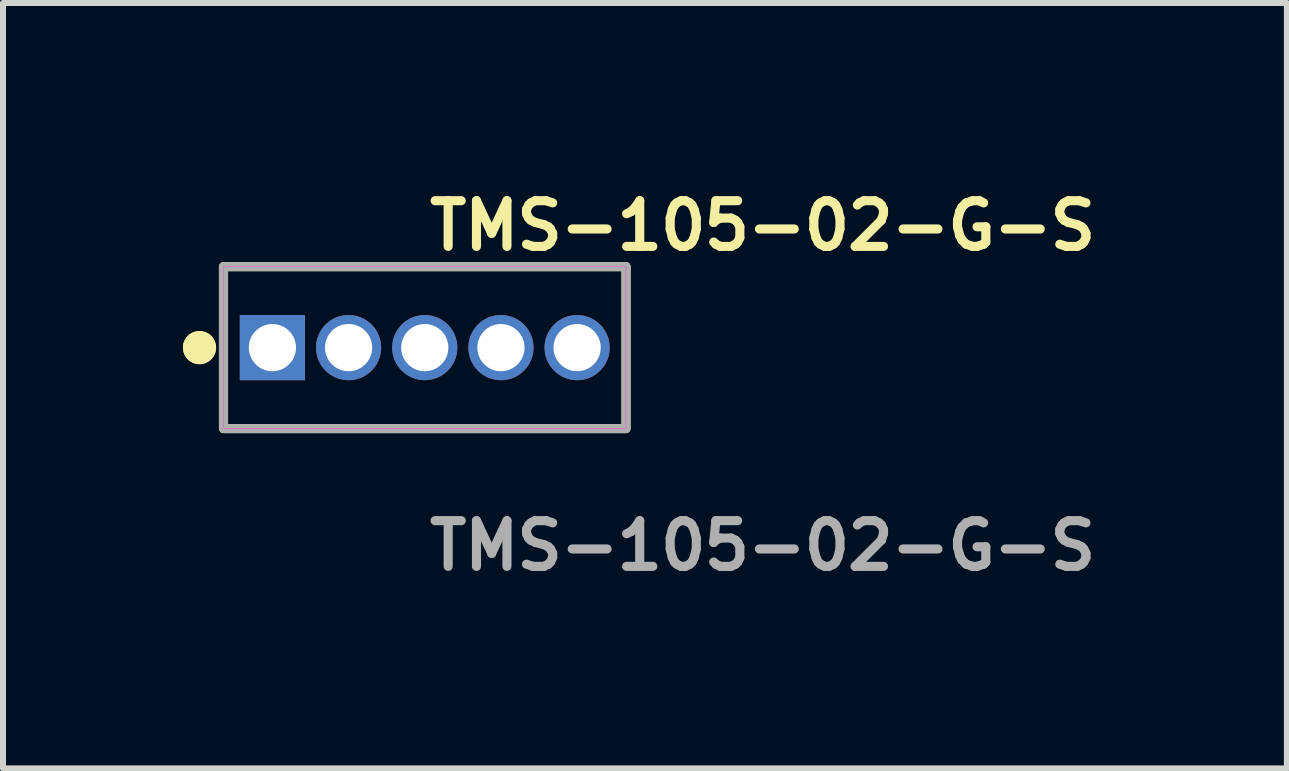
<source format=kicad_pcb>
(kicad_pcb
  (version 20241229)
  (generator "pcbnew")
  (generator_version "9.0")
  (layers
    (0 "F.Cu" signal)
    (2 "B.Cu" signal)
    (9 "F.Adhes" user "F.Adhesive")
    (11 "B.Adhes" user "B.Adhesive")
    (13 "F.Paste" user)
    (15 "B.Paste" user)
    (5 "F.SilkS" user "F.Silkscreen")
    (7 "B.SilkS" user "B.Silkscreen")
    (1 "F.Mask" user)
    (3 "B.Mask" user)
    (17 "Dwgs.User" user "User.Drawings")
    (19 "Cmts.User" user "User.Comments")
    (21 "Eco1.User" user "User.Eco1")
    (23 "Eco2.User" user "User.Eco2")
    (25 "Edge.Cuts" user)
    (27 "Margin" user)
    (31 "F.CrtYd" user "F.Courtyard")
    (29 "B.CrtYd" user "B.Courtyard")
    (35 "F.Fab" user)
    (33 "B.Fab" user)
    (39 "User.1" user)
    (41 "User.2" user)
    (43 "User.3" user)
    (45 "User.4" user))
  (footprint "TMS-105-02-G-S"
    (layer "F.Cu")
    (at 4.031 2.745)
    (property "Reference" "TMS-105-02-G-S" (at 0 -2.032 0) (unlocked yes) (layer "F.SilkS") (effects (font (size 0.762 0.762) (thickness 0.152)) (justify left)))
    (fp_rect (start -3.355 1.35) (end 3.355 -1.35) (stroke (width 0.152) (type solid)) (fill no) (layer "F.SilkS"))
    (fp_circle (center -3.755 0) (end -3.955 0) (stroke (width 0.152) (type solid)) (fill yes) (layer "F.SilkS"))
    (fp_circle (center -3.755 0) (end -3.955 0) (stroke (width 0.152) (type solid)) (fill yes) (layer "F.SilkS"))
    (fp_rect (start -3.355 1.35) (end 3.355 -1.35) (stroke (width 0.006) (type solid)) (fill no) (layer "F.CrtYd"))
    (fp_rect (start -3.355 1.35) (end 3.355 -1.35) (stroke (width 0.152) (type solid)) (fill no) (layer "F.Fab"))
    (fp_text user "${REFERENCE}" (at 0 3.302 0) (unlocked yes) (layer "F.Fab") (effects (font (size 0.762 0.762) (thickness 0.152)) (justify left)))
    (pad "1" thru_hole rect (at -2.54 0) (size 1.087 1.087) (drill 0.787) (layers "*.Cu" "*.Mask"))
    (pad "2" thru_hole circle (at -1.27 0) (size 1.087 1.087) (drill 0.787) (layers "*.Cu" "*.Mask"))
    (pad "3" thru_hole circle (at 0 0) (size 1.087 1.087) (drill 0.787) (layers "*.Cu" "*.Mask"))
    (pad "4" thru_hole circle (at 1.27 0) (size 1.087 1.087) (drill 0.787) (layers "*.Cu" "*.Mask"))
    (pad "5" thru_hole circle (at 2.54 0) (size 1.087 1.087) (drill 0.787) (layers "*.Cu" "*.Mask")))
  (gr_rect
    (start -3 -3)
    (end 18.403 9.76)
    (stroke (width 0.1) (type default))
    (fill no)
    (layer "Edge.Cuts")))
</source>
